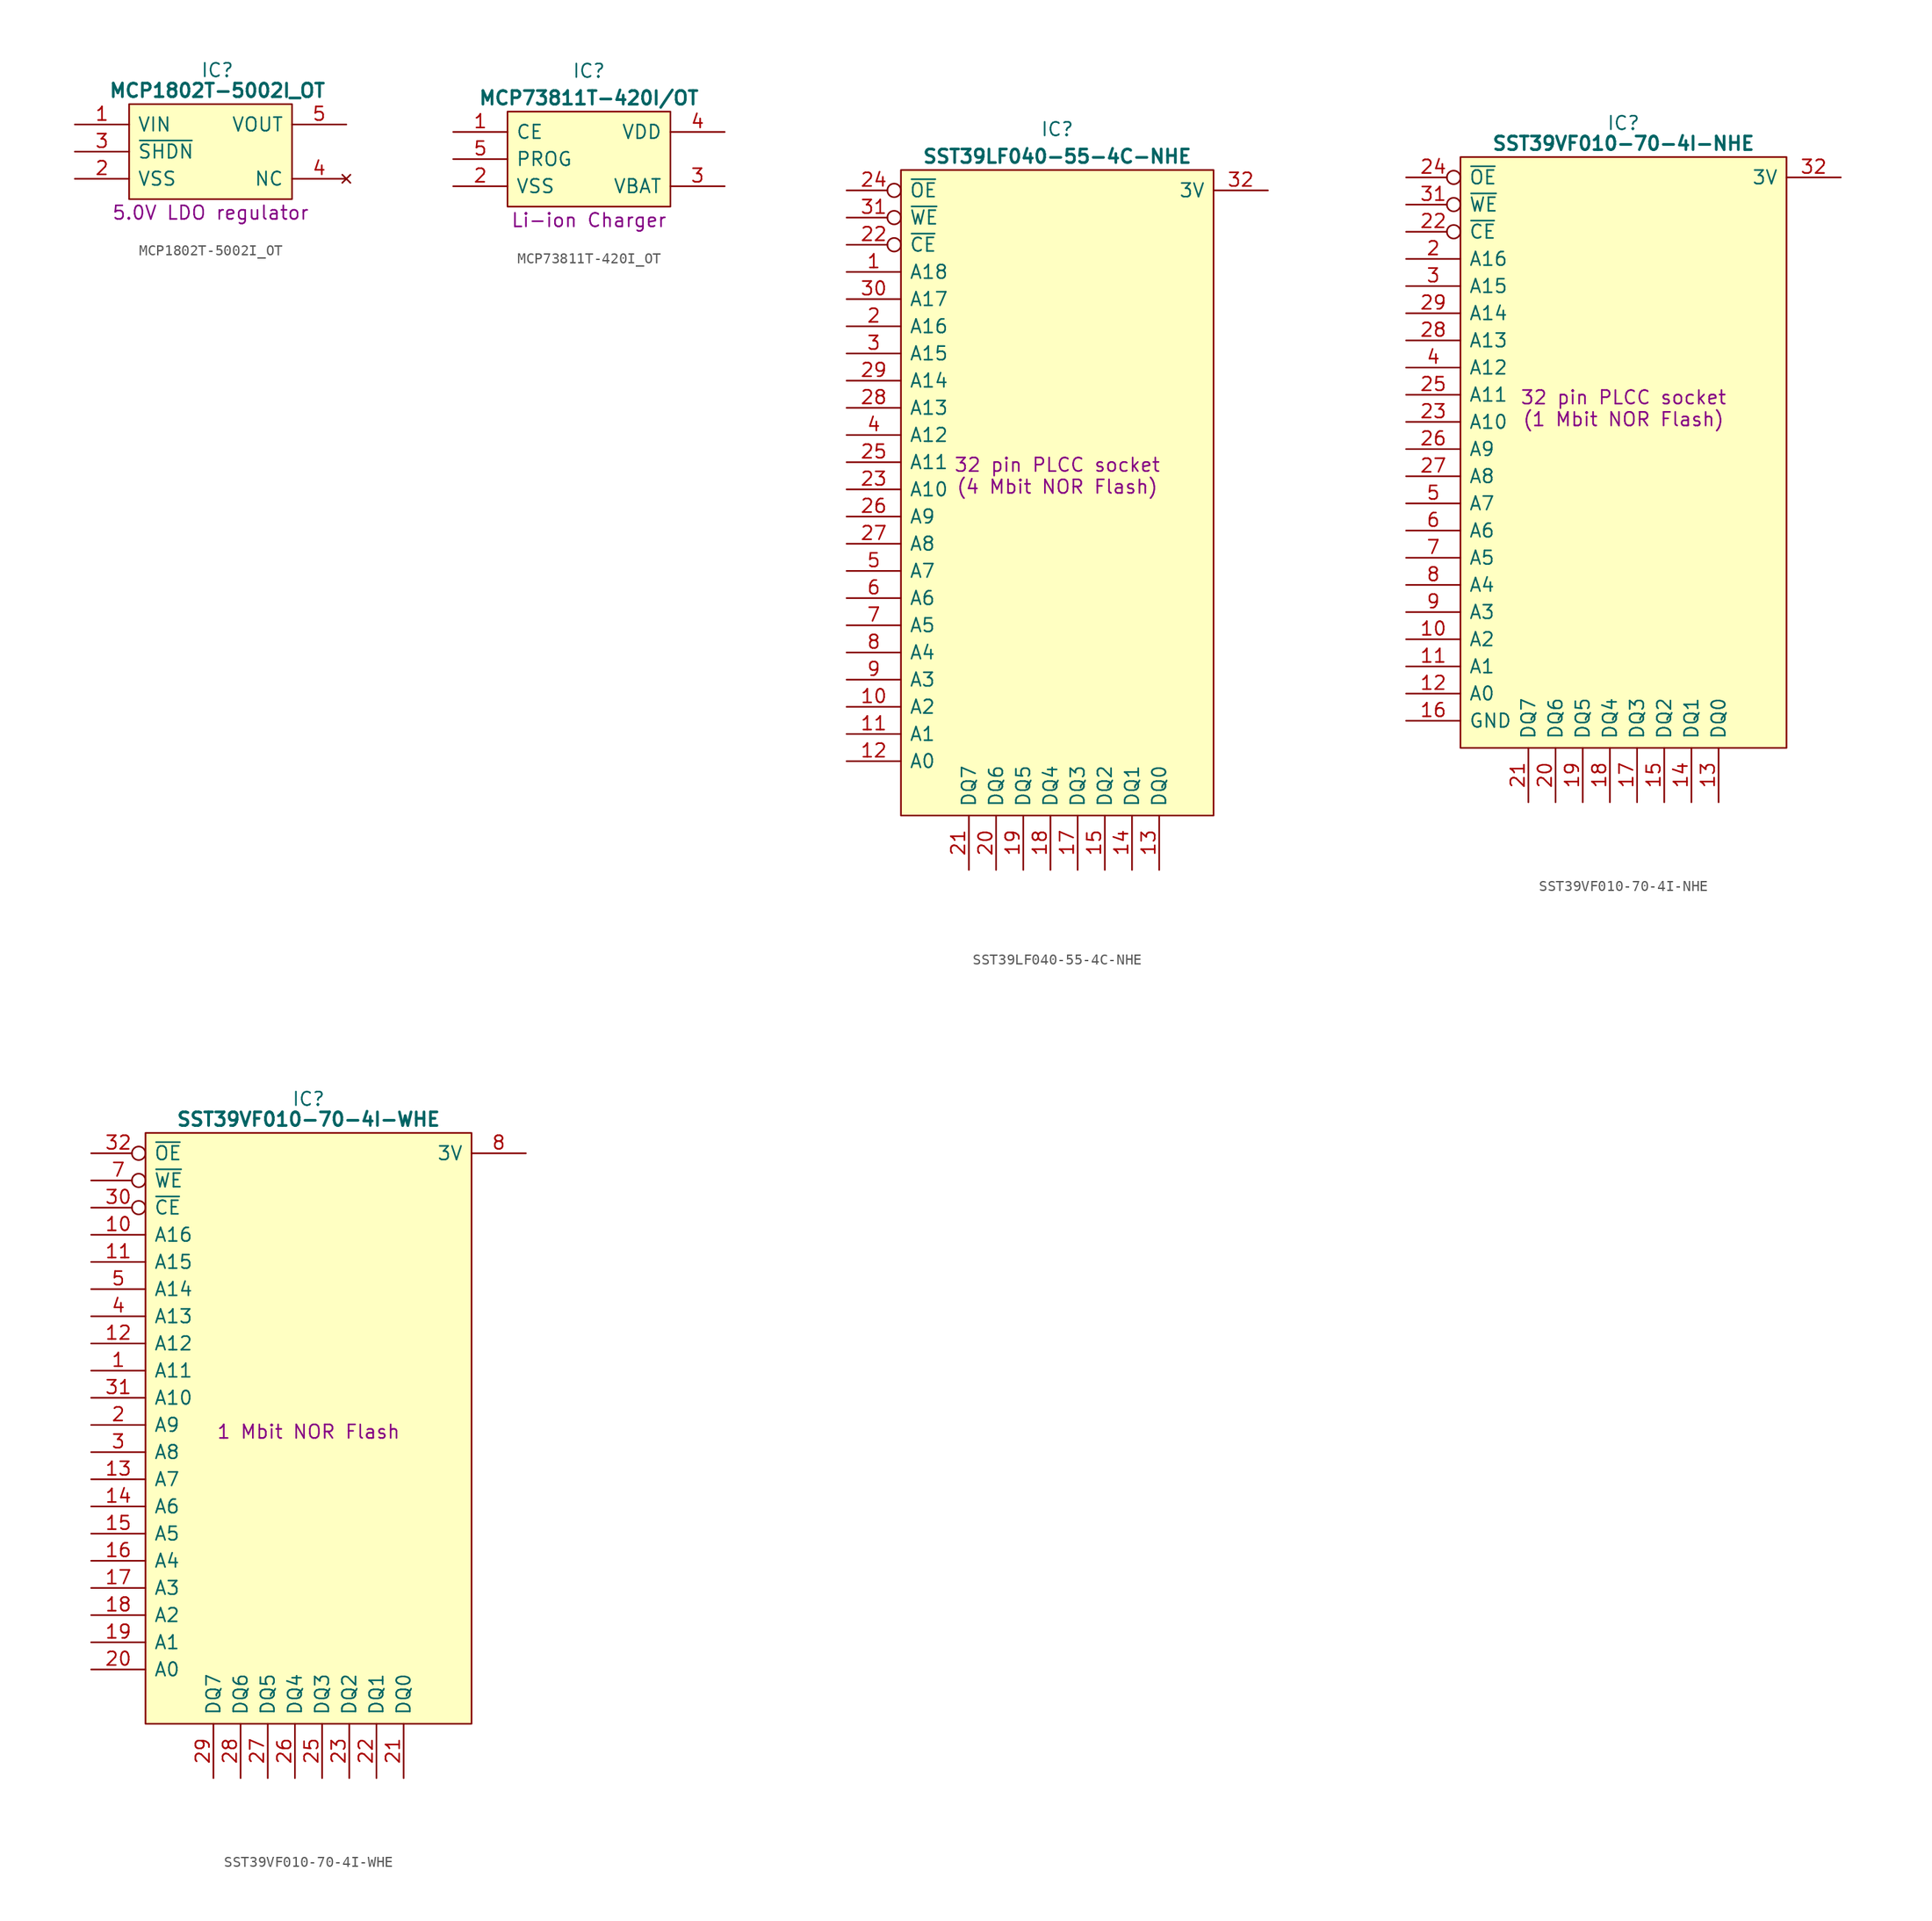
<source format=kicad_sym>
(kicad_symbol_lib
  (version 20241209)
  (generator "kicad_symbol_editor")
  (generator_version "9.0")
  (symbol "MCP1802T-5002I_OT"
    (pin_names
      (offset 0.762))
    (property "Reference" "IC"
      (at 13.335 5.08 0)
      (effects (font (size 1.27 1.27))))
    (property "Value" "MCP1802T-5002I_OT"
      (at 13.335 3.175 0)
      (effects (font (size 1.27 1.27) (bold yes))))
    (property "Description" "5.0V LDO regulator"
      (at 12.7 -8.255 0)
      (effects (font (size 1.27 1.27))))
    (symbol "MCP1802T-5002I_OT_0_0"
      (pin power_in line (at 0 0 0) (length 5.08) (name "VIN" (effects (font (size 1.27 1.27)))) (number "1" (effects (font (size 1.27 1.27)))))
      (pin passive line (at 0 -2.54 0) (length 5.08) (name "~{SHDN}" (effects (font (size 1.27 1.27)))) (number "3" (effects (font (size 1.27 1.27)))))
      (pin passive line (at 0 -5.08 0) (length 5.08) (name "VSS" (effects (font (size 1.27 1.27)))) (number "2" (effects (font (size 1.27 1.27)))))
      (pin power_out line (at 25.4 0 180) (length 5.08) (name "VOUT" (effects (font (size 1.27 1.27)))) (number "5" (effects (font (size 1.27 1.27)))))
      (pin no_connect line (at 25.4 -5.08 180) (length 5.08) (name "NC" (effects (font (size 1.27 1.27)))) (number "4" (effects (font (size 1.27 1.27))))))
    (symbol "MCP1802T-5002I_OT_0_1"
      (polyline (pts (xy 5.08 1.905) (xy 20.32 1.905) (xy 20.32 -6.985) (xy 5.08 -6.985) (xy 5.08 1.905)) (stroke (width 0) (type default)) (fill (type background)))))
  (symbol "MCP73811T-420I_OT"
    (pin_names
      (offset 0.762))
    (property "Reference" "IC"
      (at 12.7 5.715 0)
      (effects (font (size 1.27 1.27))))
    (property "Value" "MCP73811T-420I/OT"
      (at 12.7 3.175 0)
      (effects (font (size 1.27 1.27) (bold yes))))
    (property "Description" "Li-ion Charger"
      (at 12.7 -8.255 0)
      (effects (font (size 1.27 1.27))))
    (symbol "MCP73811T-420I_OT_0_0"
      (pin passive line (at 0 -5.08 0) (length 5.08) (name "VSS" (effects (font (size 1.27 1.27)))) (number "2" (effects (font (size 1.27 1.27)))))
      (pin passive line (at 25.4 0 180) (length 5.08) (name "VDD" (effects (font (size 1.27 1.27)))) (number "4" (effects (font (size 1.27 1.27))))))
    (symbol "MCP73811T-420I_OT_0_1"
      (polyline (pts (xy 5.08 1.905) (xy 20.32 1.905) (xy 20.32 -6.985) (xy 5.08 -6.985) (xy 5.08 1.905)) (stroke (width 0) (type default)) (fill (type background))))
    (symbol "MCP73811T-420I_OT_1_0"
      (pin input line (at 0 0 0) (length 5.08) (name "CE" (effects (font (size 1.27 1.27)))) (number "1" (effects (font (size 1.27 1.27)))))
      (pin input line (at 0 -2.54 0) (length 5.08) (name "PROG" (effects (font (size 1.27 1.27)))) (number "5" (effects (font (size 1.27 1.27)))))
      (pin output line (at 25.4 -5.08 180) (length 5.08) (name "VBAT" (effects (font (size 1.27 1.27)))) (number "3" (effects (font (size 1.27 1.27)))))))
  (symbol "SST39LF040-55-4C-NHE"
    (pin_names
      (offset 0.762))
    (property "Reference" "IC"
      (at 19.685 5.715 0)
      (effects (font (size 1.27 1.27))))
    (property "Value" "SST39LF040-55-4C-NHE"
      (at 19.685 3.175 0)
      (effects (font (size 1.27 1.27) (bold yes))))
    (property "Description" "32 pin PLCC socket\n(4 Mbit NOR Flash)"
      (at 19.685 -26.67 0)
      (effects (font (size 1.27 1.27))))
    (symbol "SST39LF040-55-4C-NHE_0_1"
      (polyline (pts (xy 5.08 1.905) (xy 34.29 1.905) (xy 34.29 -58.42) (xy 5.08 -58.42) (xy 5.08 1.905)) (stroke (width 0.152) (type default)) (fill (type background))))
    (symbol "SST39LF040-55-4C-NHE_1_0"
      (pin passive line (at 0 -55.88 0) (length 5.08) (hide yes) (name "GND" (effects (font (size 1.27 1.27)))) (number "16" (effects (font (size 1.27 1.27))))))
    (symbol "SST39LF040-55-4C-NHE_1_1"
      (pin input inverted (at 0 0 0) (length 5.08) (name "~{OE}" (effects (font (size 1.27 1.27)))) (number "24" (effects (font (size 1.27 1.27)))))
      (pin input inverted (at 0 -2.54 0) (length 5.08) (name "~{WE}" (effects (font (size 1.27 1.27)))) (number "31" (effects (font (size 1.27 1.27)))))
      (pin input inverted (at 0 -5.08 0) (length 5.08) (name "~{CE}" (effects (font (size 1.27 1.27)))) (number "22" (effects (font (size 1.27 1.27)))))
      (pin input line (at 0 -7.62 0) (length 5.08) (name "A18" (effects (font (size 1.27 1.27)))) (number "1" (effects (font (size 1.27 1.27)))))
      (pin input line (at 0 -10.16 0) (length 5.08) (name "A17" (effects (font (size 1.27 1.27)))) (number "30" (effects (font (size 1.27 1.27)))))
      (pin input line (at 0 -12.7 0) (length 5.08) (name "A16" (effects (font (size 1.27 1.27)))) (number "2" (effects (font (size 1.27 1.27)))))
      (pin input line (at 0 -15.24 0) (length 5.08) (name "A15" (effects (font (size 1.27 1.27)))) (number "3" (effects (font (size 1.27 1.27)))))
      (pin input line (at 0 -17.78 0) (length 5.08) (name "A14" (effects (font (size 1.27 1.27)))) (number "29" (effects (font (size 1.27 1.27)))))
      (pin input line (at 0 -20.32 0) (length 5.08) (name "A13" (effects (font (size 1.27 1.27)))) (number "28" (effects (font (size 1.27 1.27)))))
      (pin input line (at 0 -22.86 0) (length 5.08) (name "A12" (effects (font (size 1.27 1.27)))) (number "4" (effects (font (size 1.27 1.27)))))
      (pin input line (at 0 -25.4 0) (length 5.08) (name "A11" (effects (font (size 1.27 1.27)))) (number "25" (effects (font (size 1.27 1.27)))))
      (pin input line (at 0 -27.94 0) (length 5.08) (name "A10" (effects (font (size 1.27 1.27)))) (number "23" (effects (font (size 1.27 1.27)))))
      (pin input line (at 0 -30.48 0) (length 5.08) (name "A9" (effects (font (size 1.27 1.27)))) (number "26" (effects (font (size 1.27 1.27)))))
      (pin input line (at 0 -33.02 0) (length 5.08) (name "A8" (effects (font (size 1.27 1.27)))) (number "27" (effects (font (size 1.27 1.27)))))
      (pin input line (at 0 -35.56 0) (length 5.08) (name "A7" (effects (font (size 1.27 1.27)))) (number "5" (effects (font (size 1.27 1.27)))))
      (pin input line (at 0 -38.1 0) (length 5.08) (name "A6" (effects (font (size 1.27 1.27)))) (number "6" (effects (font (size 1.27 1.27)))))
      (pin input line (at 0 -40.64 0) (length 5.08) (name "A5" (effects (font (size 1.27 1.27)))) (number "7" (effects (font (size 1.27 1.27)))))
      (pin input line (at 0 -43.18 0) (length 5.08) (name "A4" (effects (font (size 1.27 1.27)))) (number "8" (effects (font (size 1.27 1.27)))))
      (pin input line (at 0 -45.72 0) (length 5.08) (name "A3" (effects (font (size 1.27 1.27)))) (number "9" (effects (font (size 1.27 1.27)))))
      (pin input line (at 0 -48.26 0) (length 5.08) (name "A2" (effects (font (size 1.27 1.27)))) (number "10" (effects (font (size 1.27 1.27)))))
      (pin input line (at 0 -50.8 0) (length 5.08) (name "A1" (effects (font (size 1.27 1.27)))) (number "11" (effects (font (size 1.27 1.27)))))
      (pin input line (at 0 -53.34 0) (length 5.08) (name "A0" (effects (font (size 1.27 1.27)))) (number "12" (effects (font (size 1.27 1.27)))))
      (pin tri_state line (at 11.43 -63.5 90) (length 5.08) (name "DQ7" (effects (font (size 1.27 1.27)))) (number "21" (effects (font (size 1.27 1.27)))))
      (pin tri_state line (at 13.97 -63.5 90) (length 5.08) (name "DQ6" (effects (font (size 1.27 1.27)))) (number "20" (effects (font (size 1.27 1.27)))))
      (pin tri_state line (at 16.51 -63.5 90) (length 5.08) (name "DQ5" (effects (font (size 1.27 1.27)))) (number "19" (effects (font (size 1.27 1.27)))))
      (pin tri_state line (at 19.05 -63.5 90) (length 5.08) (name "DQ4" (effects (font (size 1.27 1.27)))) (number "18" (effects (font (size 1.27 1.27)))))
      (pin tri_state line (at 21.59 -63.5 90) (length 5.08) (name "DQ3" (effects (font (size 1.27 1.27)))) (number "17" (effects (font (size 1.27 1.27)))))
      (pin tri_state line (at 24.13 -63.5 90) (length 5.08) (name "DQ2" (effects (font (size 1.27 1.27)))) (number "15" (effects (font (size 1.27 1.27)))))
      (pin tri_state line (at 26.67 -63.5 90) (length 5.08) (name "DQ1" (effects (font (size 1.27 1.27)))) (number "14" (effects (font (size 1.27 1.27)))))
      (pin tri_state line (at 29.21 -63.5 90) (length 5.08) (name "DQ0" (effects (font (size 1.27 1.27)))) (number "13" (effects (font (size 1.27 1.27)))))
      (pin passive line (at 39.37 0 180) (length 5.08) (name "3V" (effects (font (size 1.27 1.27)))) (number "32" (effects (font (size 1.27 1.27)))))))
  (symbol "SST39VF010-70-4I-NHE"
    (pin_names
      (offset 0.762))
    (property "Reference" "IC"
      (at 20.32 5.08 0)
      (effects (font (size 1.27 1.27))))
    (property "Value" "SST39VF010-70-4I-NHE"
      (at 20.32 3.175 0)
      (effects (font (size 1.27 1.27) (bold yes))))
    (property "Description" "32 pin PLCC socket\n(1 Mbit NOR Flash)"
      (at 20.32 -21.59 0)
      (effects (font (size 1.27 1.27))))
    (symbol "SST39VF010-70-4I-NHE_0_1"
      (polyline (pts (xy 5.08 1.905) (xy 35.56 1.905) (xy 35.56 -53.34) (xy 5.08 -53.34) (xy 5.08 1.905)) (stroke (width 0.152) (type default)) (fill (type background))))
    (symbol "SST39VF010-70-4I-NHE_1_0"
      (pin passive line (at 0 -50.8 0) (length 5.08) (name "GND" (effects (font (size 1.27 1.27)))) (number "16" (effects (font (size 1.27 1.27))))))
    (symbol "SST39VF010-70-4I-NHE_1_1"
      (pin input inverted (at 0 0 0) (length 5.08) (name "~{OE}" (effects (font (size 1.27 1.27)))) (number "24" (effects (font (size 1.27 1.27)))))
      (pin input inverted (at 0 -2.54 0) (length 5.08) (name "~{WE}" (effects (font (size 1.27 1.27)))) (number "31" (effects (font (size 1.27 1.27)))))
      (pin input inverted (at 0 -5.08 0) (length 5.08) (name "~{CE}" (effects (font (size 1.27 1.27)))) (number "22" (effects (font (size 1.27 1.27)))))
      (pin input line (at 0 -7.62 0) (length 5.08) (name "A16" (effects (font (size 1.27 1.27)))) (number "2" (effects (font (size 1.27 1.27)))))
      (pin input line (at 0 -10.16 0) (length 5.08) (name "A15" (effects (font (size 1.27 1.27)))) (number "3" (effects (font (size 1.27 1.27)))))
      (pin input line (at 0 -12.7 0) (length 5.08) (name "A14" (effects (font (size 1.27 1.27)))) (number "29" (effects (font (size 1.27 1.27)))))
      (pin input line (at 0 -15.24 0) (length 5.08) (name "A13" (effects (font (size 1.27 1.27)))) (number "28" (effects (font (size 1.27 1.27)))))
      (pin input line (at 0 -17.78 0) (length 5.08) (name "A12" (effects (font (size 1.27 1.27)))) (number "4" (effects (font (size 1.27 1.27)))))
      (pin input line (at 0 -20.32 0) (length 5.08) (name "A11" (effects (font (size 1.27 1.27)))) (number "25" (effects (font (size 1.27 1.27)))))
      (pin input line (at 0 -22.86 0) (length 5.08) (name "A10" (effects (font (size 1.27 1.27)))) (number "23" (effects (font (size 1.27 1.27)))))
      (pin input line (at 0 -25.4 0) (length 5.08) (name "A9" (effects (font (size 1.27 1.27)))) (number "26" (effects (font (size 1.27 1.27)))))
      (pin input line (at 0 -27.94 0) (length 5.08) (name "A8" (effects (font (size 1.27 1.27)))) (number "27" (effects (font (size 1.27 1.27)))))
      (pin input line (at 0 -30.48 0) (length 5.08) (name "A7" (effects (font (size 1.27 1.27)))) (number "5" (effects (font (size 1.27 1.27)))))
      (pin input line (at 0 -33.02 0) (length 5.08) (name "A6" (effects (font (size 1.27 1.27)))) (number "6" (effects (font (size 1.27 1.27)))))
      (pin input line (at 0 -35.56 0) (length 5.08) (name "A5" (effects (font (size 1.27 1.27)))) (number "7" (effects (font (size 1.27 1.27)))))
      (pin input line (at 0 -38.1 0) (length 5.08) (name "A4" (effects (font (size 1.27 1.27)))) (number "8" (effects (font (size 1.27 1.27)))))
      (pin input line (at 0 -40.64 0) (length 5.08) (name "A3" (effects (font (size 1.27 1.27)))) (number "9" (effects (font (size 1.27 1.27)))))
      (pin input line (at 0 -43.18 0) (length 5.08) (name "A2" (effects (font (size 1.27 1.27)))) (number "10" (effects (font (size 1.27 1.27)))))
      (pin input line (at 0 -45.72 0) (length 5.08) (name "A1" (effects (font (size 1.27 1.27)))) (number "11" (effects (font (size 1.27 1.27)))))
      (pin input line (at 0 -48.26 0) (length 5.08) (name "A0" (effects (font (size 1.27 1.27)))) (number "12" (effects (font (size 1.27 1.27)))))
      (pin tri_state line (at 11.43 -58.42 90) (length 5.08) (name "DQ7" (effects (font (size 1.27 1.27)))) (number "21" (effects (font (size 1.27 1.27)))))
      (pin tri_state line (at 13.97 -58.42 90) (length 5.08) (name "DQ6" (effects (font (size 1.27 1.27)))) (number "20" (effects (font (size 1.27 1.27)))))
      (pin tri_state line (at 16.51 -58.42 90) (length 5.08) (name "DQ5" (effects (font (size 1.27 1.27)))) (number "19" (effects (font (size 1.27 1.27)))))
      (pin tri_state line (at 19.05 -58.42 90) (length 5.08) (name "DQ4" (effects (font (size 1.27 1.27)))) (number "18" (effects (font (size 1.27 1.27)))))
      (pin tri_state line (at 21.59 -58.42 90) (length 5.08) (name "DQ3" (effects (font (size 1.27 1.27)))) (number "17" (effects (font (size 1.27 1.27)))))
      (pin tri_state line (at 24.13 -58.42 90) (length 5.08) (name "DQ2" (effects (font (size 1.27 1.27)))) (number "15" (effects (font (size 1.27 1.27)))))
      (pin tri_state line (at 26.67 -58.42 90) (length 5.08) (name "DQ1" (effects (font (size 1.27 1.27)))) (number "14" (effects (font (size 1.27 1.27)))))
      (pin tri_state line (at 29.21 -58.42 90) (length 5.08) (name "DQ0" (effects (font (size 1.27 1.27)))) (number "13" (effects (font (size 1.27 1.27)))))
      (pin passive line (at 40.64 0 180) (length 5.08) (name "3V" (effects (font (size 1.27 1.27)))) (number "32" (effects (font (size 1.27 1.27)))))
      (pin no_connect line (at 40.64 -2.54 180) (length 5.08) (hide yes) (name "N.C." (effects (font (size 1.27 1.27)))) (number "30" (effects (font (size 1.27 1.27)))))
      (pin no_connect line (at 40.64 -5.08 180) (length 5.08) (hide yes) (name "N.C." (effects (font (size 1.27 1.27)))) (number "1" (effects (font (size 1.27 1.27)))))))
  (symbol "SST39VF010-70-4I-WHE"
    (pin_names
      (offset 0.762))
    (property "Reference" "IC"
      (at 20.32 5.08 0)
      (effects (font (size 1.27 1.27))))
    (property "Value" "SST39VF010-70-4I-WHE"
      (at 20.32 3.175 0)
      (effects (font (size 1.27 1.27) (thickness 0.254) (bold yes))))
    (property "Description" "1 Mbit NOR Flash"
      (at 20.32 -26.035 0)
      (effects (font (size 1.27 1.27))))
    (symbol "SST39VF010-70-4I-WHE_0_0"
      (pin input line (at 0 -7.62 0) (length 5.08) (name "A16" (effects (font (size 1.27 1.27)))) (number "10" (effects (font (size 1.27 1.27)))))
      (pin input line (at 0 -10.16 0) (length 5.08) (name "A15" (effects (font (size 1.27 1.27)))) (number "11" (effects (font (size 1.27 1.27)))))
      (pin input line (at 0 -12.7 0) (length 5.08) (name "A14" (effects (font (size 1.27 1.27)))) (number "5" (effects (font (size 1.27 1.27)))))
      (pin input line (at 0 -15.24 0) (length 5.08) (name "A13" (effects (font (size 1.27 1.27)))) (number "4" (effects (font (size 1.27 1.27)))))
      (pin input line (at 0 -17.78 0) (length 5.08) (name "A12" (effects (font (size 1.27 1.27)))) (number "12" (effects (font (size 1.27 1.27)))))
      (pin input line (at 0 -20.32 0) (length 5.08) (name "A11" (effects (font (size 1.27 1.27)))) (number "1" (effects (font (size 1.27 1.27)))))
      (pin input line (at 0 -22.86 0) (length 5.08) (name "A10" (effects (font (size 1.27 1.27)))) (number "31" (effects (font (size 1.27 1.27)))))
      (pin input line (at 0 -25.4 0) (length 5.08) (name "A9" (effects (font (size 1.27 1.27)))) (number "2" (effects (font (size 1.27 1.27)))))
      (pin input line (at 0 -27.94 0) (length 5.08) (name "A8" (effects (font (size 1.27 1.27)))) (number "3" (effects (font (size 1.27 1.27)))))
      (pin input line (at 0 -30.48 0) (length 5.08) (name "A7" (effects (font (size 1.27 1.27)))) (number "13" (effects (font (size 1.27 1.27)))))
      (pin input line (at 0 -33.02 0) (length 5.08) (name "A6" (effects (font (size 1.27 1.27)))) (number "14" (effects (font (size 1.27 1.27)))))
      (pin input line (at 0 -35.56 0) (length 5.08) (name "A5" (effects (font (size 1.27 1.27)))) (number "15" (effects (font (size 1.27 1.27)))))
      (pin input line (at 0 -38.1 0) (length 5.08) (name "A4" (effects (font (size 1.27 1.27)))) (number "16" (effects (font (size 1.27 1.27)))))
      (pin input line (at 0 -40.64 0) (length 5.08) (name "A3" (effects (font (size 1.27 1.27)))) (number "17" (effects (font (size 1.27 1.27)))))
      (pin input line (at 0 -43.18 0) (length 5.08) (name "A2" (effects (font (size 1.27 1.27)))) (number "18" (effects (font (size 1.27 1.27)))))
      (pin input line (at 0 -45.72 0) (length 5.08) (name "A1" (effects (font (size 1.27 1.27)))) (number "19" (effects (font (size 1.27 1.27)))))
      (pin input line (at 0 -48.26 0) (length 5.08) (name "A0" (effects (font (size 1.27 1.27)))) (number "20" (effects (font (size 1.27 1.27)))))
      (pin tri_state line (at 11.43 -58.42 90) (length 5.08) (name "DQ7" (effects (font (size 1.27 1.27)))) (number "29" (effects (font (size 1.27 1.27)))))
      (pin tri_state line (at 13.97 -58.42 90) (length 5.08) (name "DQ6" (effects (font (size 1.27 1.27)))) (number "28" (effects (font (size 1.27 1.27)))))
      (pin tri_state line (at 16.51 -58.42 90) (length 5.08) (name "DQ5" (effects (font (size 1.27 1.27)))) (number "27" (effects (font (size 1.27 1.27)))))
      (pin tri_state line (at 19.05 -58.42 90) (length 5.08) (name "DQ4" (effects (font (size 1.27 1.27)))) (number "26" (effects (font (size 1.27 1.27)))))
      (pin tri_state line (at 21.59 -58.42 90) (length 5.08) (name "DQ3" (effects (font (size 1.27 1.27)))) (number "25" (effects (font (size 1.27 1.27)))))
      (pin tri_state line (at 24.13 -58.42 90) (length 5.08) (name "DQ2" (effects (font (size 1.27 1.27)))) (number "23" (effects (font (size 1.27 1.27)))))
      (pin tri_state line (at 26.67 -58.42 90) (length 5.08) (name "DQ1" (effects (font (size 1.27 1.27)))) (number "22" (effects (font (size 1.27 1.27)))))
      (pin tri_state line (at 29.21 -58.42 90) (length 5.08) (name "DQ0" (effects (font (size 1.27 1.27)))) (number "21" (effects (font (size 1.27 1.27))))))
    (symbol "SST39VF010-70-4I-WHE_0_1"
      (polyline (pts (xy 5.08 1.905) (xy 35.56 1.905) (xy 35.56 -53.34) (xy 5.08 -53.34) (xy 5.08 1.905)) (stroke (width 0.152) (type default)) (fill (type background))))
    (symbol "SST39VF010-70-4I-WHE_1_0"
      (pin input inverted (at 0 0 0) (length 5.08) (name "~{OE}" (effects (font (size 1.27 1.27)))) (number "32" (effects (font (size 1.27 1.27)))))
      (pin input inverted (at 0 -2.54 0) (length 5.08) (name "~{WE}" (effects (font (size 1.27 1.27)))) (number "7" (effects (font (size 1.27 1.27)))))
      (pin input inverted (at 0 -5.08 0) (length 5.08) (name "~{CE}" (effects (font (size 1.27 1.27)))) (number "30" (effects (font (size 1.27 1.27)))))
      (pin passive line (at 0 -50.8 0) (length 5.08) (hide yes) (name "GND" (effects (font (size 1.27 1.27)))) (number "24" (effects (font (size 1.27 1.27)))))
      (pin passive line (at 40.64 0 180) (length 5.08) (name "3V" (effects (font (size 1.27 1.27)))) (number "8" (effects (font (size 1.27 1.27)))))
      (pin no_connect line (at 40.64 -2.54 180) (length 5.08) (hide yes) (name "N.C." (effects (font (size 1.27 1.27)))) (number "9" (effects (font (size 1.27 1.27)))))
      (pin no_connect line (at 40.64 -5.08 180) (length 5.08) (hide yes) (name "N.C." (effects (font (size 1.27 1.27)))) (number "6" (effects (font (size 1.27 1.27))))))))
</source>
